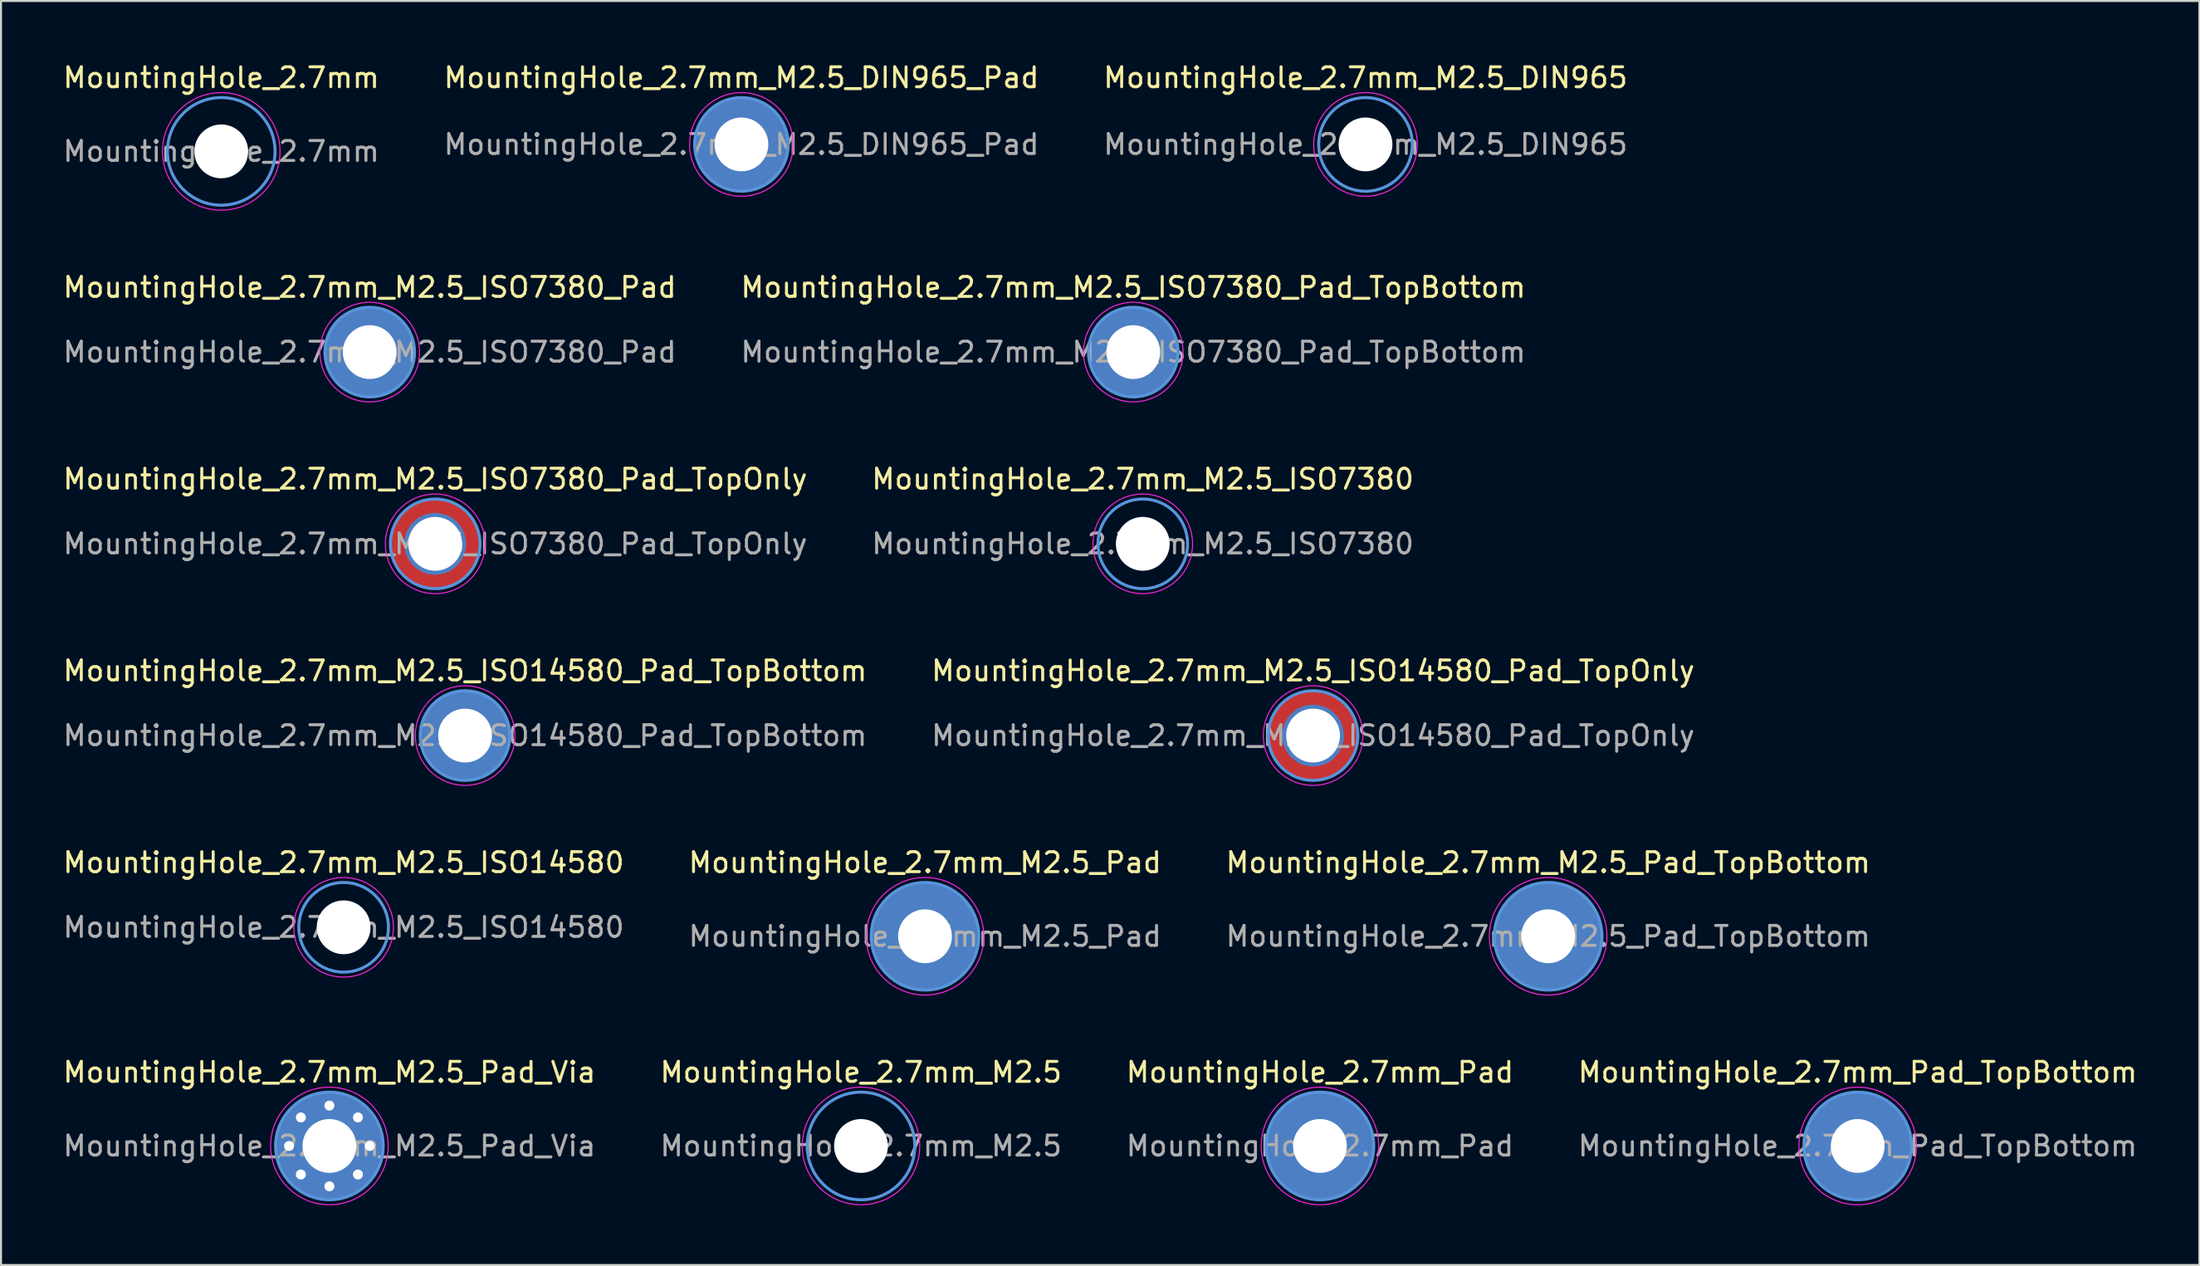
<source format=kicad_pcb>
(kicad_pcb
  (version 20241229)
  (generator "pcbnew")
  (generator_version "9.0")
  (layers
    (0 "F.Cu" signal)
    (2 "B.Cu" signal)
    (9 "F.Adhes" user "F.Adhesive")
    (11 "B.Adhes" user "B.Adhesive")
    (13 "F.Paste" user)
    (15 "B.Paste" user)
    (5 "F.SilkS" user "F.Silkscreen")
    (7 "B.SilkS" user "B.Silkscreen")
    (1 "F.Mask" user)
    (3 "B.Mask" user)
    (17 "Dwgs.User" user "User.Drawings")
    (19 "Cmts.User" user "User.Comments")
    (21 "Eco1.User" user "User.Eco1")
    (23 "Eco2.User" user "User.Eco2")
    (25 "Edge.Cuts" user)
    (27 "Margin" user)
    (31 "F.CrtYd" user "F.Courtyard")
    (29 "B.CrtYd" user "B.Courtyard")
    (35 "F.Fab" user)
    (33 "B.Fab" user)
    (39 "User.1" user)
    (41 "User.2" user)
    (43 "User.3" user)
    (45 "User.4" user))
  (footprint "MountingHole_2.7mm_M2.5_ISO14580"
    (layer "F.Cu")
    (at 14.196 43.491)
    (property "Reference" "MountingHole_2.7mm_M2.5_ISO14580" (at 0 -3.25 0) (layer "F.SilkS") (effects (font (size 1 1) (thickness 0.15))))
    (attr exclude_from_pos_files exclude_from_bom)
    (fp_circle (center 0 0) (end 2.25 0) (stroke (width 0.15) (type solid)) (fill no) (layer "Cmts.User"))
    (fp_circle (center 0 0) (end 2.5 0) (stroke (width 0.05) (type solid)) (fill no) (layer "F.CrtYd"))
    (fp_text user "${REFERENCE}" (at 0 0 0) (layer "F.Fab") (effects (font (size 1 1) (thickness 0.15))))
    (pad "" np_thru_hole circle (at 0 0) (size 2.7 2.7) (drill 2.7) (layers "*.Cu" "*.Mask")))
  (footprint "MountingHole_2.7mm_M2.5_ISO14580_Pad_TopOnly"
    (layer "F.Cu")
    (at 62.851 33.868)
    (property "Reference" "MountingHole_2.7mm_M2.5_ISO14580_Pad_TopOnly" (at 0 -3.25 0) (layer "F.SilkS") (effects (font (size 1 1) (thickness 0.15))))
    (attr exclude_from_pos_files exclude_from_bom)
    (fp_circle (center 0 0) (end 2.25 0) (stroke (width 0.15) (type solid)) (fill no) (layer "Cmts.User"))
    (fp_circle (center 0 0) (end 2.5 0) (stroke (width 0.05) (type solid)) (fill no) (layer "F.CrtYd"))
    (fp_text user "${REFERENCE}" (at 0 0 0) (layer "F.Fab") (effects (font (size 1 1) (thickness 0.15))))
    (pad "1" thru_hole circle (at 0 0) (size 3.1 3.1) (drill 2.7) (layers "*.Cu" "*.Mask"))
    (pad "1" connect circle (at 0 0) (size 4.5 4.5) (layers "F.Cu" "F.Mask")))
  (footprint "MountingHole_2.7mm_M2.5_ISO7380"
    (layer "F.Cu")
    (at 54.304 24.245)
    (property "Reference" "MountingHole_2.7mm_M2.5_ISO7380" (at 0 -3.25 0) (layer "F.SilkS") (effects (font (size 1 1) (thickness 0.15))))
    (attr exclude_from_pos_files exclude_from_bom)
    (fp_circle (center 0 0) (end 2.25 0) (stroke (width 0.15) (type solid)) (fill no) (layer "Cmts.User"))
    (fp_circle (center 0 0) (end 2.5 0) (stroke (width 0.05) (type solid)) (fill no) (layer "F.CrtYd"))
    (fp_text user "${REFERENCE}" (at 0 0 0) (layer "F.Fab") (effects (font (size 1 1) (thickness 0.15))))
    (pad "" np_thru_hole circle (at 0 0) (size 2.7 2.7) (drill 2.7) (layers "*.Cu" "*.Mask")))
  (footprint "MountingHole_2.7mm_M2.5_ISO14580_Pad_TopBottom"
    (layer "F.Cu")
    (at 20.292 33.868)
    (property "Reference" "MountingHole_2.7mm_M2.5_ISO14580_Pad_TopBottom" (at 0 -3.25 0) (layer "F.SilkS") (effects (font (size 1 1) (thickness 0.15))))
    (attr exclude_from_pos_files exclude_from_bom)
    (fp_circle (center 0 0) (end 2.25 0) (stroke (width 0.15) (type solid)) (fill no) (layer "Cmts.User"))
    (fp_circle (center 0 0) (end 2.5 0) (stroke (width 0.05) (type solid)) (fill no) (layer "F.CrtYd"))
    (fp_text user "${REFERENCE}" (at 0 0 0) (layer "F.Fab") (effects (font (size 1 1) (thickness 0.15))))
    (pad "1" thru_hole circle (at 0 0) (size 3.1 3.1) (drill 2.7) (layers "*.Cu" "*.Mask"))
    (pad "1" connect circle (at 0 0) (size 4.5 4.5) (layers "F.Cu" "F.Mask"))
    (pad "1" connect circle (at 0 0) (size 4.5 4.5) (layers "B.Cu" "B.Mask")))
  (footprint "MountingHole_2.7mm_M2.5"
    (layer "F.Cu")
    (at 40.161 54.465)
    (property "Reference" "MountingHole_2.7mm_M2.5" (at 0 -3.7 0) (layer "F.SilkS") (effects (font (size 1 1) (thickness 0.15))))
    (attr exclude_from_pos_files exclude_from_bom)
    (fp_circle (center 0 0) (end 2.7 0) (stroke (width 0.15) (type solid)) (fill no) (layer "Cmts.User"))
    (fp_circle (center 0 0) (end 2.95 0) (stroke (width 0.05) (type solid)) (fill no) (layer "F.CrtYd"))
    (fp_text user "${REFERENCE}" (at 0 0 0) (layer "F.Fab") (effects (font (size 1 1) (thickness 0.15))))
    (pad "" np_thru_hole circle (at 0 0) (size 2.7 2.7) (drill 2.7) (layers "*.Cu" "*.Mask")))
  (footprint "MountingHole_2.7mm_M2.5_Pad_Via"
    (layer "F.Cu")
    (at 13.482 54.465)
    (property "Reference" "MountingHole_2.7mm_M2.5_Pad_Via" (at 0 -3.7 0) (layer "F.SilkS") (effects (font (size 1 1) (thickness 0.15))))
    (attr exclude_from_pos_files exclude_from_bom)
    (fp_circle (center 0 0) (end 2.7 0) (stroke (width 0.15) (type solid)) (fill no) (layer "Cmts.User"))
    (fp_circle (center 0 0) (end 2.95 0) (stroke (width 0.05) (type solid)) (fill no) (layer "F.CrtYd"))
    (fp_text user "${REFERENCE}" (at 0 0 0) (layer "F.Fab") (effects (font (size 1 1) (thickness 0.15))))
    (pad "1" thru_hole circle (at -2.025 0) (size 0.8 0.8) (drill 0.5) (layers "*.Cu" "*.Mask"))
    (pad "1" thru_hole circle (at -1.432 -1.432) (size 0.8 0.8) (drill 0.5) (layers "*.Cu" "*.Mask"))
    (pad "1" thru_hole circle (at -1.432 1.432) (size 0.8 0.8) (drill 0.5) (layers "*.Cu" "*.Mask"))
    (pad "1" thru_hole circle (at 0 -2.025) (size 0.8 0.8) (drill 0.5) (layers "*.Cu" "*.Mask"))
    (pad "1" thru_hole circle (at 0 0) (size 5.4 5.4) (drill 2.7) (layers "*.Cu" "*.Mask"))
    (pad "1" thru_hole circle (at 0 2.025) (size 0.8 0.8) (drill 0.5) (layers "*.Cu" "*.Mask"))
    (pad "1" thru_hole circle (at 1.432 -1.432) (size 0.8 0.8) (drill 0.5) (layers "*.Cu" "*.Mask"))
    (pad "1" thru_hole circle (at 1.432 1.432) (size 0.8 0.8) (drill 0.5) (layers "*.Cu" "*.Mask"))
    (pad "1" thru_hole circle (at 2.025 0) (size 0.8 0.8) (drill 0.5) (layers "*.Cu" "*.Mask")))
  (footprint "MountingHole_2.7mm"
    (layer "F.Cu")
    (at 8.054 4.548)
    (property "Reference" "MountingHole_2.7mm" (at 0 -3.7 0) (layer "F.SilkS") (effects (font (size 1 1) (thickness 0.15))))
    (attr exclude_from_pos_files exclude_from_bom)
    (fp_circle (center 0 0) (end 2.7 0) (stroke (width 0.15) (type solid)) (fill no) (layer "Cmts.User"))
    (fp_circle (center 0 0) (end 2.95 0) (stroke (width 0.05) (type solid)) (fill no) (layer "F.CrtYd"))
    (fp_text user "${REFERENCE}" (at 0 0 0) (layer "F.Fab") (effects (font (size 1 1) (thickness 0.15))))
    (pad "" np_thru_hole circle (at 0 0) (size 2.7 2.7) (drill 2.7) (layers "*.Cu" "*.Mask")))
  (footprint "MountingHole_2.7mm_M2.5_ISO7380_Pad"
    (layer "F.Cu")
    (at 15.506 14.621)
    (property "Reference" "MountingHole_2.7mm_M2.5_ISO7380_Pad" (at 0 -3.25 0) (layer "F.SilkS") (effects (font (size 1 1) (thickness 0.15))))
    (attr exclude_from_pos_files exclude_from_bom)
    (fp_circle (center 0 0) (end 2.25 0) (stroke (width 0.15) (type solid)) (fill no) (layer "Cmts.User"))
    (fp_circle (center 0 0) (end 2.5 0) (stroke (width 0.05) (type solid)) (fill no) (layer "F.CrtYd"))
    (fp_text user "${REFERENCE}" (at 0 0 0) (layer "F.Fab") (effects (font (size 1 1) (thickness 0.15))))
    (pad "1" thru_hole circle (at 0 0) (size 4.5 4.5) (drill 2.7) (layers "*.Cu" "*.Mask")))
  (footprint "MountingHole_2.7mm_M2.5_DIN965_Pad"
    (layer "F.Cu")
    (at 34.161 4.198)
    (property "Reference" "MountingHole_2.7mm_M2.5_DIN965_Pad" (at 0 -3.35 0) (layer "F.SilkS") (effects (font (size 1 1) (thickness 0.15))))
    (attr exclude_from_pos_files exclude_from_bom)
    (fp_circle (center 0 0) (end 2.35 0) (stroke (width 0.15) (type solid)) (fill no) (layer "Cmts.User"))
    (fp_circle (center 0 0) (end 2.6 0) (stroke (width 0.05) (type solid)) (fill no) (layer "F.CrtYd"))
    (fp_text user "${REFERENCE}" (at 0 0 0) (layer "F.Fab") (effects (font (size 1 1) (thickness 0.15))))
    (pad "1" thru_hole circle (at 0 0) (size 4.7 4.7) (drill 2.7) (layers "*.Cu" "*.Mask")))
  (footprint "MountingHole_2.7mm_M2.5_Pad_TopBottom"
    (layer "F.Cu")
    (at 74.649 43.941)
    (property "Reference" "MountingHole_2.7mm_M2.5_Pad_TopBottom" (at 0 -3.7 0) (layer "F.SilkS") (effects (font (size 1 1) (thickness 0.15))))
    (attr exclude_from_pos_files exclude_from_bom)
    (fp_circle (center 0 0) (end 2.7 0) (stroke (width 0.15) (type solid)) (fill no) (layer "Cmts.User"))
    (fp_circle (center 0 0) (end 2.95 0) (stroke (width 0.05) (type solid)) (fill no) (layer "F.CrtYd"))
    (fp_text user "${REFERENCE}" (at 0 0 0) (layer "F.Fab") (effects (font (size 1 1) (thickness 0.15))))
    (pad "1" thru_hole circle (at 0 0) (size 3.1 3.1) (drill 2.7) (layers "*.Cu" "*.Mask"))
    (pad "1" connect circle (at 0 0) (size 5.4 5.4) (layers "F.Cu" "F.Mask"))
    (pad "1" connect circle (at 0 0) (size 5.4 5.4) (layers "B.Cu" "B.Mask")))
  (footprint "MountingHole_2.7mm_M2.5_ISO7380_Pad_TopBottom"
    (layer "F.Cu")
    (at 53.827 14.621)
    (property "Reference" "MountingHole_2.7mm_M2.5_ISO7380_Pad_TopBottom" (at 0 -3.25 0) (layer "F.SilkS") (effects (font (size 1 1) (thickness 0.15))))
    (attr exclude_from_pos_files exclude_from_bom)
    (fp_circle (center 0 0) (end 2.25 0) (stroke (width 0.15) (type solid)) (fill no) (layer "Cmts.User"))
    (fp_circle (center 0 0) (end 2.5 0) (stroke (width 0.05) (type solid)) (fill no) (layer "F.CrtYd"))
    (fp_text user "${REFERENCE}" (at 0 0 0) (layer "F.Fab") (effects (font (size 1 1) (thickness 0.15))))
    (pad "1" thru_hole circle (at 0 0) (size 3.1 3.1) (drill 2.7) (layers "*.Cu" "*.Mask"))
    (pad "1" connect circle (at 0 0) (size 4.5 4.5) (layers "F.Cu" "F.Mask"))
    (pad "1" connect circle (at 0 0) (size 4.5 4.5) (layers "B.Cu" "B.Mask")))
  (footprint "MountingHole_2.7mm_M2.5_DIN965"
    (layer "F.Cu")
    (at 65.482 4.198)
    (property "Reference" "MountingHole_2.7mm_M2.5_DIN965" (at 0 -3.35 0) (layer "F.SilkS") (effects (font (size 1 1) (thickness 0.15))))
    (attr exclude_from_pos_files exclude_from_bom)
    (fp_circle (center 0 0) (end 2.35 0) (stroke (width 0.15) (type solid)) (fill no) (layer "Cmts.User"))
    (fp_circle (center 0 0) (end 2.6 0) (stroke (width 0.05) (type solid)) (fill no) (layer "F.CrtYd"))
    (fp_text user "${REFERENCE}" (at 0 0 0) (layer "F.Fab") (effects (font (size 1 1) (thickness 0.15))))
    (pad "" np_thru_hole circle (at 0 0) (size 2.7 2.7) (drill 2.7) (layers "*.Cu" "*.Mask")))
  (footprint "MountingHole_2.7mm_M2.5_ISO7380_Pad_TopOnly"
    (layer "F.Cu")
    (at 18.792 24.245)
    (property "Reference" "MountingHole_2.7mm_M2.5_ISO7380_Pad_TopOnly" (at 0 -3.25 0) (layer "F.SilkS") (effects (font (size 1 1) (thickness 0.15))))
    (attr exclude_from_pos_files exclude_from_bom)
    (fp_circle (center 0 0) (end 2.25 0) (stroke (width 0.15) (type solid)) (fill no) (layer "Cmts.User"))
    (fp_circle (center 0 0) (end 2.5 0) (stroke (width 0.05) (type solid)) (fill no) (layer "F.CrtYd"))
    (fp_text user "${REFERENCE}" (at 0 0 0) (layer "F.Fab") (effects (font (size 1 1) (thickness 0.15))))
    (pad "1" thru_hole circle (at 0 0) (size 3.1 3.1) (drill 2.7) (layers "*.Cu" "*.Mask"))
    (pad "1" connect circle (at 0 0) (size 4.5 4.5) (layers "F.Cu" "F.Mask")))
  (footprint "MountingHole_2.7mm_Pad"
    (layer "F.Cu")
    (at 63.196 54.465)
    (property "Reference" "MountingHole_2.7mm_Pad" (at 0 -3.7 0) (layer "F.SilkS") (effects (font (size 1 1) (thickness 0.15))))
    (attr exclude_from_pos_files exclude_from_bom)
    (fp_circle (center 0 0) (end 2.7 0) (stroke (width 0.15) (type solid)) (fill no) (layer "Cmts.User"))
    (fp_circle (center 0 0) (end 2.95 0) (stroke (width 0.05) (type solid)) (fill no) (layer "F.CrtYd"))
    (fp_text user "${REFERENCE}" (at 0 0 0) (layer "F.Fab") (effects (font (size 1 1) (thickness 0.15))))
    (pad "1" thru_hole circle (at 0 0) (size 5.4 5.4) (drill 2.7) (layers "*.Cu" "*.Mask")))
  (footprint "MountingHole_2.7mm_Pad_TopBottom"
    (layer "F.Cu")
    (at 90.185 54.465)
    (property "Reference" "MountingHole_2.7mm_Pad_TopBottom" (at 0 -3.7 0) (layer "F.SilkS") (effects (font (size 1 1) (thickness 0.15))))
    (attr exclude_from_pos_files exclude_from_bom)
    (fp_circle (center 0 0) (end 2.7 0) (stroke (width 0.15) (type solid)) (fill no) (layer "Cmts.User"))
    (fp_circle (center 0 0) (end 2.95 0) (stroke (width 0.05) (type solid)) (fill no) (layer "F.CrtYd"))
    (fp_text user "${REFERENCE}" (at 0 0 0) (layer "F.Fab") (effects (font (size 1 1) (thickness 0.15))))
    (pad "1" thru_hole circle (at 0 0) (size 3.1 3.1) (drill 2.7) (layers "*.Cu" "*.Mask"))
    (pad "1" connect circle (at 0 0) (size 5.4 5.4) (layers "F.Cu" "F.Mask"))
    (pad "1" connect circle (at 0 0) (size 5.4 5.4) (layers "B.Cu" "B.Mask")))
  (footprint "MountingHole_2.7mm_M2.5_Pad"
    (layer "F.Cu")
    (at 43.375 43.941)
    (property "Reference" "MountingHole_2.7mm_M2.5_Pad" (at 0 -3.7 0) (layer "F.SilkS") (effects (font (size 1 1) (thickness 0.15))))
    (attr exclude_from_pos_files exclude_from_bom)
    (fp_circle (center 0 0) (end 2.7 0) (stroke (width 0.15) (type solid)) (fill no) (layer "Cmts.User"))
    (fp_circle (center 0 0) (end 2.95 0) (stroke (width 0.05) (type solid)) (fill no) (layer "F.CrtYd"))
    (fp_text user "${REFERENCE}" (at 0 0 0) (layer "F.Fab") (effects (font (size 1 1) (thickness 0.15))))
    (pad "1" thru_hole circle (at 0 0) (size 5.4 5.4) (drill 2.7) (layers "*.Cu" "*.Mask")))
  (gr_rect
    (start -3 -3)
    (end 107.333 60.44)
    (stroke (width 0.1) (type default))
    (fill no)
    (layer "Edge.Cuts")))
</source>
